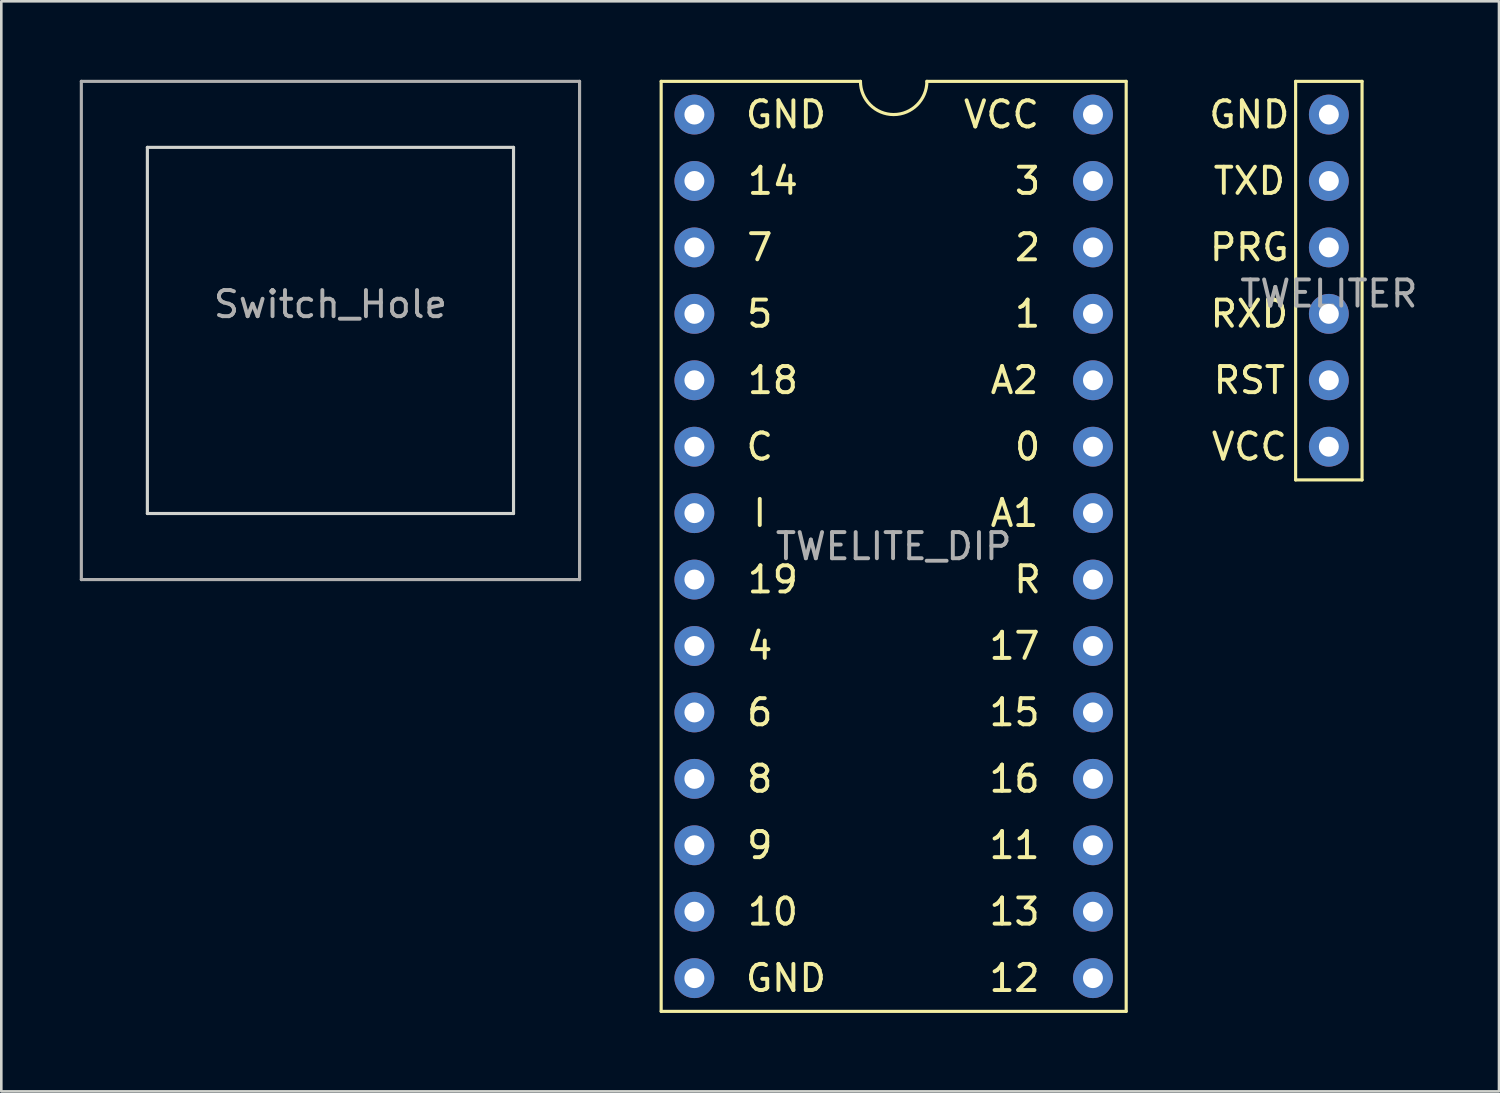
<source format=kicad_pcb>
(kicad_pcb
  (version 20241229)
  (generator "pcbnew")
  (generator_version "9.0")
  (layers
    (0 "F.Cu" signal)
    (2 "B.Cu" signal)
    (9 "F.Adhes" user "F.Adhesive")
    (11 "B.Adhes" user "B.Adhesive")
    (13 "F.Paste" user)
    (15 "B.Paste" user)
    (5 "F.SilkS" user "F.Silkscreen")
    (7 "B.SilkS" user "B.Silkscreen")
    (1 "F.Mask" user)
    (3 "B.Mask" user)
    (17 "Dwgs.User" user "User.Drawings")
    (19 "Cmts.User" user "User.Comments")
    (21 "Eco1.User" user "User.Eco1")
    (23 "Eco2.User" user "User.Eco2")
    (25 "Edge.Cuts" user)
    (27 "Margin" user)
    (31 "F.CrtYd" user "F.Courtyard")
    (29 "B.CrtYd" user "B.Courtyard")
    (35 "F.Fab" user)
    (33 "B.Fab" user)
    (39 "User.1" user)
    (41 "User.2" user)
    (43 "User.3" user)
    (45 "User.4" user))
  (footprint "TWELITE_DIP"
    (layer "F.Cu")
    (at 31.12 17.84)
    (property "Reference" "TWELITE_DIP" (at 0 0 0) (layer "F.Fab") (effects (font (size 1 1) (thickness 0.15))))
    (attr through_hole)
    (fp_line (start -8.89 -17.78) (end -8.89 17.78) (stroke (width 0.12) (type solid)) (layer "F.SilkS"))
    (fp_line (start -8.89 17.78) (end 8.89 17.78) (stroke (width 0.12) (type solid)) (layer "F.SilkS"))
    (fp_line (start -1.27 -17.78) (end -8.89 -17.78) (stroke (width 0.12) (type solid)) (layer "F.SilkS"))
    (fp_line (start 8.89 -17.78) (end 1.27 -17.78) (stroke (width 0.12) (type solid)) (layer "F.SilkS"))
    (fp_line (start 8.89 17.78) (end 8.89 -17.78) (stroke (width 0.12) (type solid)) (layer "F.SilkS"))
    (fp_arc (start 1.27 -17.78) (mid 0 -16.51) (end -1.27 -17.78) (stroke (width 0.12) (type solid)) (layer "F.SilkS"))
    (fp_text user "GND" (at -4.12 -16.51 0) (unlocked yes) (layer "F.SilkS") (effects (font (size 1 1) (thickness 0.15))))
    (fp_text user "A2" (at 4.62 -6.35 0) (unlocked yes) (layer "F.SilkS") (effects (font (size 1 1) (thickness 0.15))))
    (fp_text user "12" (at 4.62 16.51 0) (unlocked yes) (layer "F.SilkS") (effects (font (size 1 1) (thickness 0.15))))
    (fp_text user "15" (at 4.62 6.35 0) (unlocked yes) (layer "F.SilkS") (effects (font (size 1 1) (thickness 0.15))))
    (fp_text user "GND" (at -4.12 16.51 0) (unlocked yes) (layer "F.SilkS") (effects (font (size 1 1) (thickness 0.15))))
    (fp_text user "5" (at -5.12 -8.89 0) (unlocked yes) (layer "F.SilkS") (effects (font (size 1 1) (thickness 0.15))))
    (fp_text user "9" (at -5.12 11.43 0) (unlocked yes) (layer "F.SilkS") (effects (font (size 1 1) (thickness 0.15))))
    (fp_text user "7" (at -5.12 -11.43 0) (unlocked yes) (layer "F.SilkS") (effects (font (size 1 1) (thickness 0.15))))
    (fp_text user "11" (at 4.62 11.43 0) (unlocked yes) (layer "F.SilkS") (effects (font (size 1 1) (thickness 0.15))))
    (fp_text user "I" (at -5.12 -1.27 0) (unlocked yes) (layer "F.SilkS") (effects (font (size 1 1) (thickness 0.15))))
    (fp_text user "0" (at 5.12 -3.81 0) (unlocked yes) (layer "F.SilkS") (effects (font (size 1 1) (thickness 0.15))))
    (fp_text user "18" (at -4.62 -6.35 0) (unlocked yes) (layer "F.SilkS") (effects (font (size 1 1) (thickness 0.15))))
    (fp_text user "2" (at 5.12 -11.43 0) (unlocked yes) (layer "F.SilkS") (effects (font (size 1 1) (thickness 0.15))))
    (fp_text user "14" (at -4.62 -13.97 0) (unlocked yes) (layer "F.SilkS") (effects (font (size 1 1) (thickness 0.15))))
    (fp_text user "16" (at 4.62 8.89 0) (unlocked yes) (layer "F.SilkS") (effects (font (size 1 1) (thickness 0.15))))
    (fp_text user "A1" (at 4.62 -1.27 0) (unlocked yes) (layer "F.SilkS") (effects (font (size 1 1) (thickness 0.15))))
    (fp_text user "8" (at -5.12 8.89 0) (unlocked yes) (layer "F.SilkS") (effects (font (size 1 1) (thickness 0.15))))
    (fp_text user "1" (at 5.12 -8.89 0) (unlocked yes) (layer "F.SilkS") (effects (font (size 1 1) (thickness 0.15))))
    (fp_text user "10" (at -4.62 13.97 0) (unlocked yes) (layer "F.SilkS") (effects (font (size 1 1) (thickness 0.15))))
    (fp_text user "VCC" (at 4.12 -16.51 0) (unlocked yes) (layer "F.SilkS") (effects (font (size 1 1) (thickness 0.15))))
    (fp_text user "19" (at -4.62 1.27 0) (unlocked yes) (layer "F.SilkS") (effects (font (size 1 1) (thickness 0.15))))
    (fp_text user "13" (at 4.62 13.97 0) (unlocked yes) (layer "F.SilkS") (effects (font (size 1 1) (thickness 0.15))))
    (fp_text user "4" (at -5.12 3.81 0) (unlocked yes) (layer "F.SilkS") (effects (font (size 1 1) (thickness 0.15))))
    (fp_text user "C" (at -5.12 -3.81 0) (unlocked yes) (layer "F.SilkS") (effects (font (size 1 1) (thickness 0.15))))
    (fp_text user "R" (at 5.12 1.27 0) (unlocked yes) (layer "F.SilkS") (effects (font (size 1 1) (thickness 0.15))))
    (fp_text user "6" (at -5.12 6.35 0) (unlocked yes) (layer "F.SilkS") (effects (font (size 1 1) (thickness 0.15))))
    (fp_text user "3" (at 5.12 -13.97 0) (unlocked yes) (layer "F.SilkS") (effects (font (size 1 1) (thickness 0.15))))
    (fp_text user "17" (at 4.62 3.81 0) (unlocked yes) (layer "F.SilkS") (effects (font (size 1 1) (thickness 0.15))))
    (pad "1" thru_hole circle (at -7.62 -16.51) (size 1.524 1.524) (drill 0.762) (layers "*.Cu" "*.Mask"))
    (pad "2" thru_hole circle (at -7.62 -13.97) (size 1.524 1.524) (drill 0.762) (layers "*.Cu" "*.Mask"))
    (pad "3" thru_hole circle (at -7.62 -11.43) (size 1.524 1.524) (drill 0.762) (layers "*.Cu" "*.Mask"))
    (pad "4" thru_hole circle (at -7.62 -8.89) (size 1.524 1.524) (drill 0.762) (layers "*.Cu" "*.Mask"))
    (pad "5" thru_hole circle (at -7.62 -6.35) (size 1.524 1.524) (drill 0.762) (layers "*.Cu" "*.Mask"))
    (pad "6" thru_hole circle (at -7.62 -3.81) (size 1.524 1.524) (drill 0.762) (layers "*.Cu" "*.Mask"))
    (pad "7" thru_hole circle (at -7.62 -1.27) (size 1.524 1.524) (drill 0.762) (layers "*.Cu" "*.Mask"))
    (pad "8" thru_hole circle (at -7.62 1.27) (size 1.524 1.524) (drill 0.762) (layers "*.Cu" "*.Mask"))
    (pad "9" thru_hole circle (at -7.62 3.81) (size 1.524 1.524) (drill 0.762) (layers "*.Cu" "*.Mask"))
    (pad "10" thru_hole circle (at -7.62 6.35) (size 1.524 1.524) (drill 0.762) (layers "*.Cu" "*.Mask"))
    (pad "11" thru_hole circle (at -7.62 8.89) (size 1.524 1.524) (drill 0.762) (layers "*.Cu" "*.Mask"))
    (pad "12" thru_hole circle (at -7.62 11.43) (size 1.524 1.524) (drill 0.762) (layers "*.Cu" "*.Mask"))
    (pad "13" thru_hole circle (at -7.62 13.97) (size 1.524 1.524) (drill 0.762) (layers "*.Cu" "*.Mask"))
    (pad "14" thru_hole circle (at -7.62 16.51) (size 1.524 1.524) (drill 0.762) (layers "*.Cu" "*.Mask"))
    (pad "15" thru_hole circle (at 7.62 16.51) (size 1.524 1.524) (drill 0.762) (layers "*.Cu" "*.Mask"))
    (pad "16" thru_hole circle (at 7.62 13.97) (size 1.524 1.524) (drill 0.762) (layers "*.Cu" "*.Mask"))
    (pad "17" thru_hole circle (at 7.62 11.43) (size 1.524 1.524) (drill 0.762) (layers "*.Cu" "*.Mask"))
    (pad "18" thru_hole circle (at 7.62 8.89) (size 1.524 1.524) (drill 0.762) (layers "*.Cu" "*.Mask"))
    (pad "19" thru_hole circle (at 7.62 6.35) (size 1.524 1.524) (drill 0.762) (layers "*.Cu" "*.Mask"))
    (pad "20" thru_hole circle (at 7.62 3.81) (size 1.524 1.524) (drill 0.762) (layers "*.Cu" "*.Mask"))
    (pad "21" thru_hole circle (at 7.62 1.27) (size 1.524 1.524) (drill 0.762) (layers "*.Cu" "*.Mask"))
    (pad "22" thru_hole circle (at 7.62 -1.27) (size 1.524 1.524) (drill 0.762) (layers "*.Cu" "*.Mask"))
    (pad "23" thru_hole circle (at 7.62 -3.81) (size 1.524 1.524) (drill 0.762) (layers "*.Cu" "*.Mask"))
    (pad "24" thru_hole circle (at 7.62 -6.35) (size 1.524 1.524) (drill 0.762) (layers "*.Cu" "*.Mask"))
    (pad "25" thru_hole circle (at 7.62 -8.89) (size 1.524 1.524) (drill 0.762) (layers "*.Cu" "*.Mask"))
    (pad "26" thru_hole circle (at 7.62 -11.43) (size 1.524 1.524) (drill 0.762) (layers "*.Cu" "*.Mask"))
    (pad "27" thru_hole circle (at 7.62 -13.97) (size 1.524 1.524) (drill 0.762) (layers "*.Cu" "*.Mask"))
    (pad "28" thru_hole circle (at 7.62 -16.51) (size 1.524 1.524) (drill 0.762) (layers "*.Cu" "*.Mask")))
  (footprint "Switch_Hole"
    (layer "F.Cu")
    (at 9.585 9.585)
    (property "Reference" "Switch_Hole" (at 0 -1 0) (layer "F.Fab") (effects (font (size 1 1) (thickness 0.15))))
    (attr through_hole)
    (fp_line (start -7 -7) (end -7 7) (stroke (width 0.12) (type solid)) (layer "Edge.Cuts"))
    (fp_line (start -7 7) (end 7 7) (stroke (width 0.12) (type solid)) (layer "Edge.Cuts"))
    (fp_line (start 7 -7) (end -7 -7) (stroke (width 0.12) (type solid)) (layer "Edge.Cuts"))
    (fp_line (start 7 7) (end 7 -7) (stroke (width 0.12) (type solid)) (layer "Edge.Cuts"))
    (fp_line (start -9.525 -9.525) (end -9.525 9.525) (stroke (width 0.12) (type solid)) (layer "F.Fab"))
    (fp_line (start -9.525 9.525) (end 9.525 9.525) (stroke (width 0.12) (type solid)) (layer "F.Fab"))
    (fp_line (start 9.525 -9.525) (end -9.525 -9.525) (stroke (width 0.12) (type solid)) (layer "F.Fab"))
    (fp_line (start 9.525 9.525) (end 9.525 -9.525) (stroke (width 0.12) (type solid)) (layer "F.Fab")))
  (footprint "TWELITER"
    (layer "F.Cu")
    (at 47.759 7.68)
    (property "Reference" "TWELITER" (at 0 0.5 0) (layer "F.Fab") (effects (font (size 1 1) (thickness 0.15))))
    (attr through_hole)
    (fp_line (start -1.27 -7.62) (end 1.27 -7.62) (stroke (width 0.12) (type solid)) (layer "F.SilkS"))
    (fp_line (start -1.27 7.62) (end -1.27 -7.62) (stroke (width 0.12) (type solid)) (layer "F.SilkS"))
    (fp_line (start 1.27 -7.62) (end 1.27 7.62) (stroke (width 0.12) (type solid)) (layer "F.SilkS"))
    (fp_line (start 1.27 7.62) (end -1.27 7.62) (stroke (width 0.12) (type solid)) (layer "F.SilkS"))
    (fp_text user "VCC" (at -3.04 6.35 0) (layer "F.SilkS") (effects (font (size 1 1) (thickness 0.15))))
    (fp_text user "GND" (at -3.04 -6.35 0) (layer "F.SilkS") (effects (font (size 1 1) (thickness 0.15))))
    (fp_text user "RST" (at -3.04 3.81 0) (layer "F.SilkS") (effects (font (size 1 1) (thickness 0.15))))
    (fp_text user "PRG" (at -3.04 -1.27 0) (layer "F.SilkS") (effects (font (size 1 1) (thickness 0.15))))
    (fp_text user "TXD" (at -3.04 -3.81 0) (layer "F.SilkS") (effects (font (size 1 1) (thickness 0.15))))
    (fp_text user "RXD" (at -3.04 1.27 0) (layer "F.SilkS") (effects (font (size 1 1) (thickness 0.15))))
    (pad "1" thru_hole circle (at 0 -6.35) (size 1.524 1.524) (drill 0.762) (layers "*.Cu" "*.Mask"))
    (pad "2" thru_hole circle (at 0 -3.81) (size 1.524 1.524) (drill 0.762) (layers "*.Cu" "*.Mask"))
    (pad "3" thru_hole circle (at 0 -1.27) (size 1.524 1.524) (drill 0.762) (layers "*.Cu" "*.Mask"))
    (pad "4" thru_hole circle (at 0 1.27) (size 1.524 1.524) (drill 0.762) (layers "*.Cu" "*.Mask"))
    (pad "5" thru_hole circle (at 0 3.81) (size 1.524 1.524) (drill 0.762) (layers "*.Cu" "*.Mask"))
    (pad "6" thru_hole circle (at 0 6.35) (size 1.524 1.524) (drill 0.762) (layers "*.Cu" "*.Mask")))
  (gr_rect
    (start -3 -3)
    (end 54.265 38.68)
    (stroke (width 0.1) (type default))
    (fill no)
    (layer "Edge.Cuts")))
</source>
